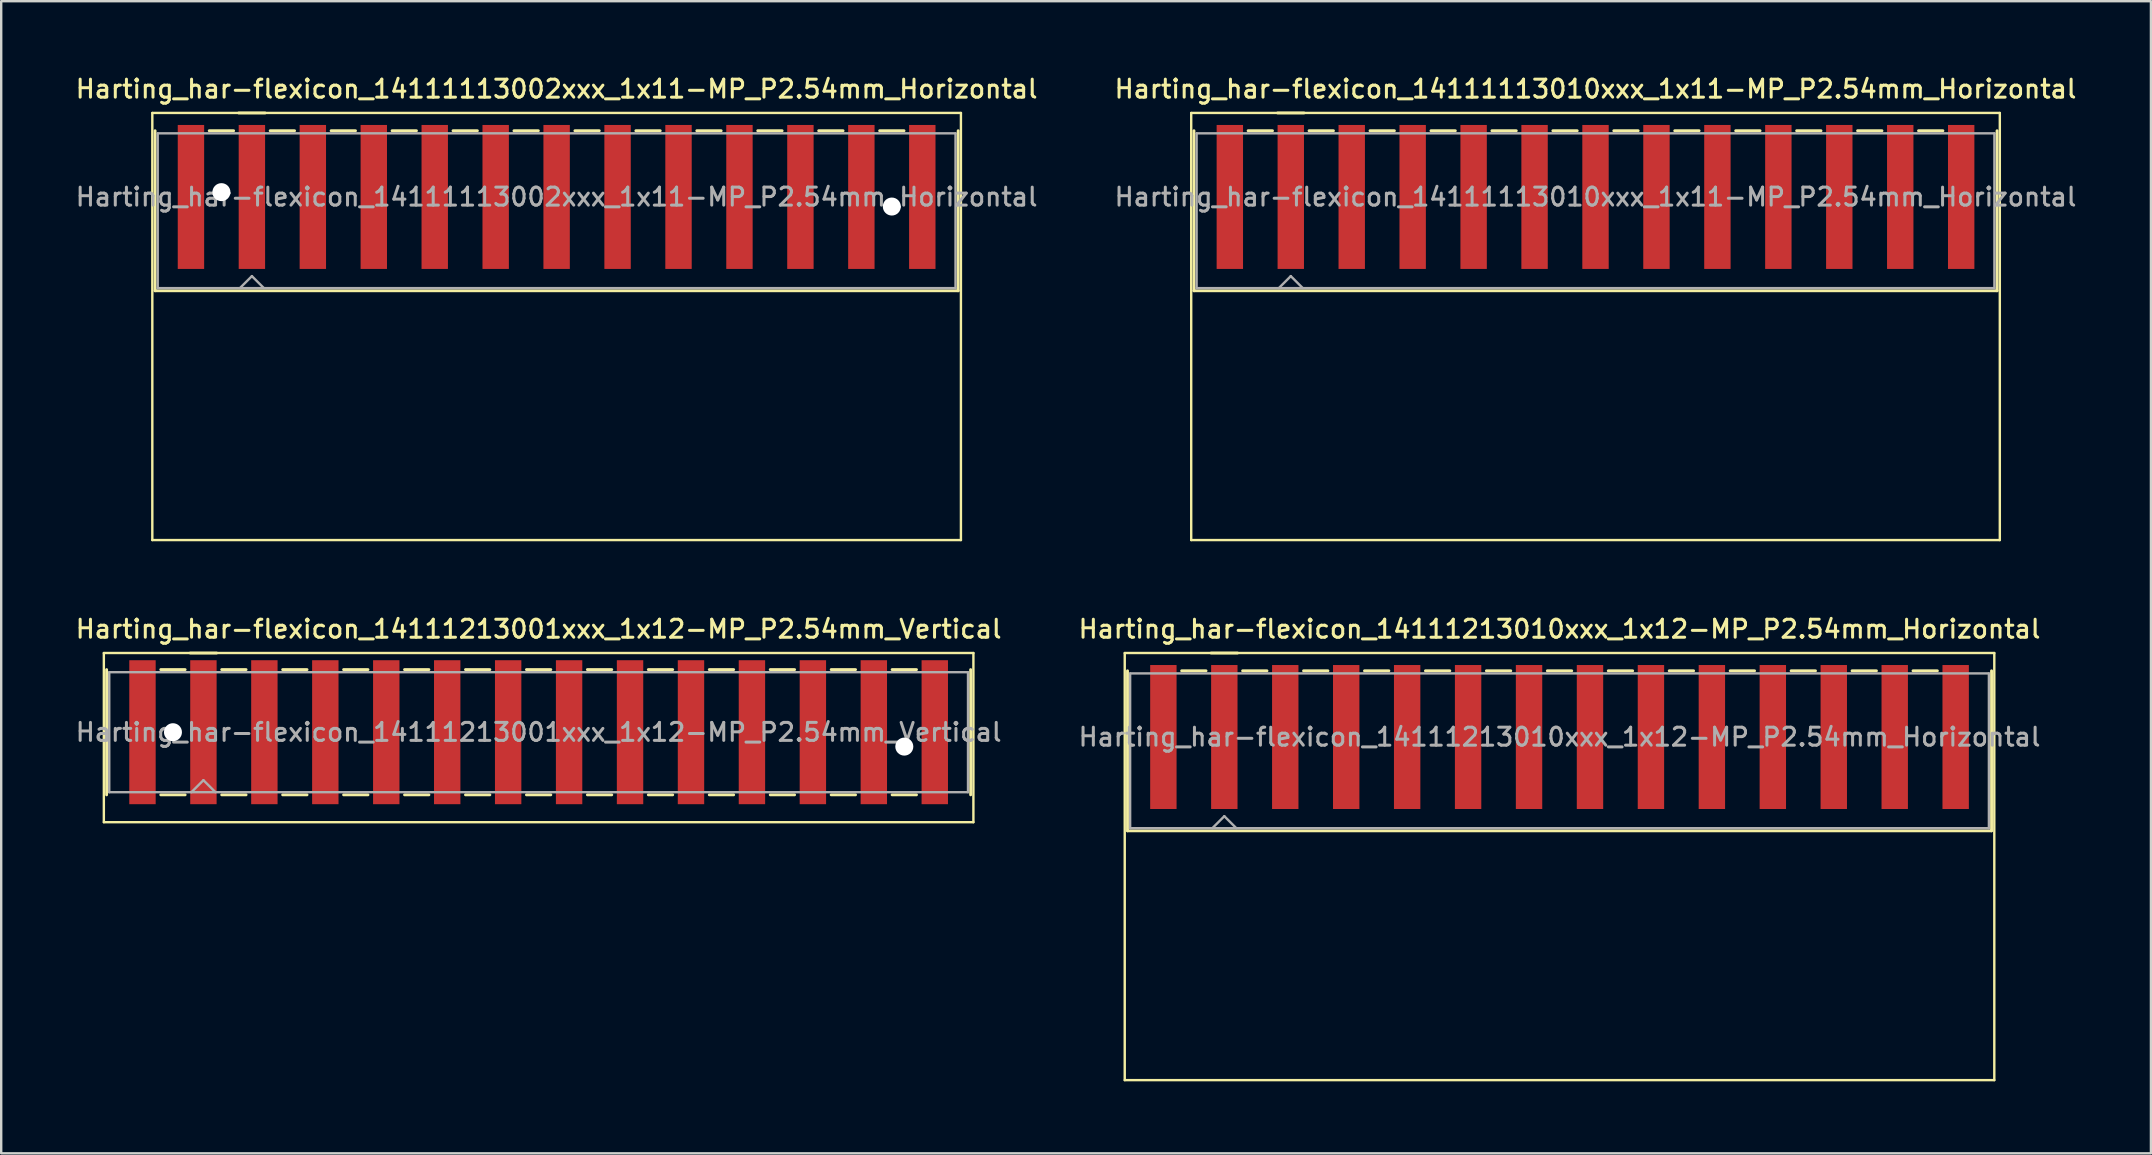
<source format=kicad_pcb>
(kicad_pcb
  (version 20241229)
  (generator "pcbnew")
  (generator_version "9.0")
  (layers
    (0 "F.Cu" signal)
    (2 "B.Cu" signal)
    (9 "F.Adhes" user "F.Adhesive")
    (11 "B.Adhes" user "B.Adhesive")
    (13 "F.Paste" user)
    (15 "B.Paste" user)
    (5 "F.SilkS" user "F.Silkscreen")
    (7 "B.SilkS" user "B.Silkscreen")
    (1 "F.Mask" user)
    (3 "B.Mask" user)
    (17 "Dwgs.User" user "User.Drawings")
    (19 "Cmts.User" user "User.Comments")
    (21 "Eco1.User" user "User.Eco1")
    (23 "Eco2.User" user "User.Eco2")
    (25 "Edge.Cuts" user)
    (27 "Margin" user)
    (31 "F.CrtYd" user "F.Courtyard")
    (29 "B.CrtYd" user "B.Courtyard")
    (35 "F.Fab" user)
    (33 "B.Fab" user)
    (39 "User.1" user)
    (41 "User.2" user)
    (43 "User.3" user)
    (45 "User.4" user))
  (footprint "Harting_har-flexicon_14111213001xxx_1x12-MP_P2.54mm_Vertical"
    (layer "F.Cu")
    (at 19.398 27.466)
    (property "Reference" "Harting_har-flexicon_14111213001xxx_1x12-MP_P2.54mm_Vertical" (at 0 -4.3 0) (layer "F.SilkS") (effects (font (size 0.75 0.75) (thickness 0.125))))
    (attr smd)
    (fp_line (start -18.12 -3.3) (end -18.12 3.75) (stroke (width 0.1) (type solid)) (layer "F.SilkS"))
    (fp_line (start -18.12 3.75) (end 18.12 3.75) (stroke (width 0.1) (type solid)) (layer "F.SilkS"))
    (fp_line (start -18.005 -2.61) (end -18.005 2.61) (stroke (width 0.12) (type solid)) (layer "F.SilkS"))
    (fp_line (start -15.748 -2.61) (end -14.732 -2.61) (stroke (width 0.12) (type solid)) (layer "F.SilkS"))
    (fp_line (start -15.748 2.61) (end -14.732 2.61) (stroke (width 0.12) (type solid)) (layer "F.SilkS"))
    (fp_line (start -14.52 -3.3) (end -13.42 -3.3) (stroke (width 0.12) (type solid)) (layer "F.SilkS"))
    (fp_line (start -13.208 -2.61) (end -12.192 -2.61) (stroke (width 0.12) (type solid)) (layer "F.SilkS"))
    (fp_line (start -13.208 2.61) (end -12.192 2.61) (stroke (width 0.12) (type solid)) (layer "F.SilkS"))
    (fp_line (start -10.668 -2.61) (end -9.652 -2.61) (stroke (width 0.12) (type solid)) (layer "F.SilkS"))
    (fp_line (start -10.668 2.61) (end -9.652 2.61) (stroke (width 0.12) (type solid)) (layer "F.SilkS"))
    (fp_line (start -8.128 -2.61) (end -7.112 -2.61) (stroke (width 0.12) (type solid)) (layer "F.SilkS"))
    (fp_line (start -8.128 2.61) (end -7.112 2.61) (stroke (width 0.12) (type solid)) (layer "F.SilkS"))
    (fp_line (start -5.588 -2.61) (end -4.572 -2.61) (stroke (width 0.12) (type solid)) (layer "F.SilkS"))
    (fp_line (start -5.588 2.61) (end -4.572 2.61) (stroke (width 0.12) (type solid)) (layer "F.SilkS"))
    (fp_line (start -3.048 -2.61) (end -2.032 -2.61) (stroke (width 0.12) (type solid)) (layer "F.SilkS"))
    (fp_line (start -3.048 2.61) (end -2.032 2.61) (stroke (width 0.12) (type solid)) (layer "F.SilkS"))
    (fp_line (start -0.508 -2.61) (end 0.508 -2.61) (stroke (width 0.12) (type solid)) (layer "F.SilkS"))
    (fp_line (start -0.508 2.61) (end 0.508 2.61) (stroke (width 0.12) (type solid)) (layer "F.SilkS"))
    (fp_line (start 2.032 -2.61) (end 3.048 -2.61) (stroke (width 0.12) (type solid)) (layer "F.SilkS"))
    (fp_line (start 2.032 2.61) (end 3.048 2.61) (stroke (width 0.12) (type solid)) (layer "F.SilkS"))
    (fp_line (start 4.572 -2.61) (end 5.588 -2.61) (stroke (width 0.12) (type solid)) (layer "F.SilkS"))
    (fp_line (start 4.572 2.61) (end 5.588 2.61) (stroke (width 0.12) (type solid)) (layer "F.SilkS"))
    (fp_line (start 7.112 -2.61) (end 8.128 -2.61) (stroke (width 0.12) (type solid)) (layer "F.SilkS"))
    (fp_line (start 7.112 2.61) (end 8.128 2.61) (stroke (width 0.12) (type solid)) (layer "F.SilkS"))
    (fp_line (start 9.652 -2.61) (end 10.668 -2.61) (stroke (width 0.12) (type solid)) (layer "F.SilkS"))
    (fp_line (start 9.652 2.61) (end 10.668 2.61) (stroke (width 0.12) (type solid)) (layer "F.SilkS"))
    (fp_line (start 12.192 -2.61) (end 13.208 -2.61) (stroke (width 0.12) (type solid)) (layer "F.SilkS"))
    (fp_line (start 12.192 2.61) (end 13.208 2.61) (stroke (width 0.12) (type solid)) (layer "F.SilkS"))
    (fp_line (start 14.732 -2.61) (end 15.748 -2.61) (stroke (width 0.12) (type solid)) (layer "F.SilkS"))
    (fp_line (start 14.732 2.61) (end 15.748 2.61) (stroke (width 0.12) (type solid)) (layer "F.SilkS"))
    (fp_line (start 18.005 -2.61) (end 18.005 2.61) (stroke (width 0.12) (type solid)) (layer "F.SilkS"))
    (fp_line (start 18.12 -3.3) (end -18.12 -3.3) (stroke (width 0.1) (type solid)) (layer "F.SilkS"))
    (fp_line (start 18.12 3.75) (end 18.12 -3.3) (stroke (width 0.1) (type solid)) (layer "F.SilkS"))
    (fp_line (start -17.895 -2.5) (end -17.895 2.5) (stroke (width 0.1) (type solid)) (layer "F.Fab"))
    (fp_line (start -17.895 2.5) (end 17.895 2.5) (stroke (width 0.1) (type solid)) (layer "F.Fab"))
    (fp_line (start -14.47 2.5) (end -13.97 2) (stroke (width 0.1) (type solid)) (layer "F.Fab"))
    (fp_line (start -13.97 2) (end -13.47 2.5) (stroke (width 0.1) (type solid)) (layer "F.Fab"))
    (fp_line (start 17.895 -2.5) (end -17.895 -2.5) (stroke (width 0.1) (type solid)) (layer "F.Fab"))
    (fp_line (start 17.895 2.5) (end 17.895 -2.5) (stroke (width 0.1) (type solid)) (layer "F.Fab"))
    (fp_text user "${REFERENCE}" (at 0 0 0) (layer "F.Fab") (effects (font (size 0.75 0.75) (thickness 0.125))))
    (pad "" np_thru_hole circle (at -15.24 0) (size 0.75 0.75) (drill 1) (layers "*.Cu" "*.Mask"))
    (pad "" np_thru_hole circle (at 15.24 0.6) (size 0.75 0.75) (drill 1) (layers "*.Cu" "*.Mask"))
    (pad "1" smd rect (at -13.97 0) (size 1.1 6) (layers "F.Cu" "F.Mask" "F.Paste"))
    (pad "2" smd rect (at -11.43 0) (size 1.1 6) (layers "F.Cu" "F.Mask" "F.Paste"))
    (pad "3" smd rect (at -8.89 0) (size 1.1 6) (layers "F.Cu" "F.Mask" "F.Paste"))
    (pad "4" smd rect (at -6.35 0) (size 1.1 6) (layers "F.Cu" "F.Mask" "F.Paste"))
    (pad "5" smd rect (at -3.81 0) (size 1.1 6) (layers "F.Cu" "F.Mask" "F.Paste"))
    (pad "6" smd rect (at -1.27 0) (size 1.1 6) (layers "F.Cu" "F.Mask" "F.Paste"))
    (pad "7" smd rect (at 1.27 0) (size 1.1 6) (layers "F.Cu" "F.Mask" "F.Paste"))
    (pad "8" smd rect (at 3.81 0) (size 1.1 6) (layers "F.Cu" "F.Mask" "F.Paste"))
    (pad "9" smd rect (at 6.35 0) (size 1.1 6) (layers "F.Cu" "F.Mask" "F.Paste"))
    (pad "10" smd rect (at 8.89 0) (size 1.1 6) (layers "F.Cu" "F.Mask" "F.Paste"))
    (pad "11" smd rect (at 11.43 0) (size 1.1 6) (layers "F.Cu" "F.Mask" "F.Paste"))
    (pad "12" smd rect (at 13.97 0) (size 1.1 6) (layers "F.Cu" "F.Mask" "F.Paste"))
    (pad "MP" smd rect (at -16.51 0) (size 1.1 6) (layers "F.Cu" "F.Mask" "F.Paste"))
    (pad "MP" smd rect (at 16.51 0) (size 1.1 6) (layers "F.Cu" "F.Mask" "F.Paste")))
  (footprint "Harting_har-flexicon_14111113010xxx_1x11-MP_P2.54mm_Horizontal"
    (layer "F.Cu")
    (at 63.445 6.458)
    (property "Reference" "Harting_har-flexicon_14111113010xxx_1x11-MP_P2.54mm_Horizontal" (at 0 -5.8 0) (layer "F.SilkS") (effects (font (size 0.75 0.75) (thickness 0.125))))
    (attr smd)
    (fp_line (start -16.85 -4.8) (end -16.85 13) (stroke (width 0.1) (type solid)) (layer "F.SilkS"))
    (fp_line (start -16.85 13) (end 16.85 13) (stroke (width 0.1) (type solid)) (layer "F.SilkS"))
    (fp_line (start -16.735 -4.06) (end -16.735 2.61) (stroke (width 0.12) (type solid)) (layer "F.SilkS"))
    (fp_line (start -14.478 -4.06) (end -13.462 -4.06) (stroke (width 0.12) (type solid)) (layer "F.SilkS"))
    (fp_line (start -13.25 -4.8) (end -12.15 -4.8) (stroke (width 0.12) (type solid)) (layer "F.SilkS"))
    (fp_line (start -11.938 -4.06) (end -10.922 -4.06) (stroke (width 0.12) (type solid)) (layer "F.SilkS"))
    (fp_line (start -9.398 -4.06) (end -8.382 -4.06) (stroke (width 0.12) (type solid)) (layer "F.SilkS"))
    (fp_line (start -6.858 -4.06) (end -5.842 -4.06) (stroke (width 0.12) (type solid)) (layer "F.SilkS"))
    (fp_line (start -4.318 -4.06) (end -3.302 -4.06) (stroke (width 0.12) (type solid)) (layer "F.SilkS"))
    (fp_line (start -1.778 -4.06) (end -0.762 -4.06) (stroke (width 0.12) (type solid)) (layer "F.SilkS"))
    (fp_line (start 0.762 -4.06) (end 1.778 -4.06) (stroke (width 0.12) (type solid)) (layer "F.SilkS"))
    (fp_line (start 3.302 -4.06) (end 4.318 -4.06) (stroke (width 0.12) (type solid)) (layer "F.SilkS"))
    (fp_line (start 5.842 -4.06) (end 6.858 -4.06) (stroke (width 0.12) (type solid)) (layer "F.SilkS"))
    (fp_line (start 8.382 -4.06) (end 9.398 -4.06) (stroke (width 0.12) (type solid)) (layer "F.SilkS"))
    (fp_line (start 10.922 -4.06) (end 11.938 -4.06) (stroke (width 0.12) (type solid)) (layer "F.SilkS"))
    (fp_line (start 13.462 -4.06) (end 14.478 -4.06) (stroke (width 0.12) (type solid)) (layer "F.SilkS"))
    (fp_line (start 16.735 -4.06) (end 16.735 2.61) (stroke (width 0.12) (type solid)) (layer "F.SilkS"))
    (fp_line (start 16.735 2.61) (end -16.735 2.61) (stroke (width 0.12) (type solid)) (layer "F.SilkS"))
    (fp_line (start 16.85 -4.8) (end -16.85 -4.8) (stroke (width 0.1) (type solid)) (layer "F.SilkS"))
    (fp_line (start 16.85 13) (end 16.85 -4.8) (stroke (width 0.1) (type solid)) (layer "F.SilkS"))
    (fp_line (start -16.625 -3.95) (end -16.625 2.5) (stroke (width 0.1) (type solid)) (layer "F.Fab"))
    (fp_line (start -16.625 2.5) (end 16.625 2.5) (stroke (width 0.1) (type solid)) (layer "F.Fab"))
    (fp_line (start -13.2 2.5) (end -12.7 2) (stroke (width 0.1) (type solid)) (layer "F.Fab"))
    (fp_line (start -12.7 2) (end -12.2 2.5) (stroke (width 0.1) (type solid)) (layer "F.Fab"))
    (fp_line (start 16.625 -3.95) (end -16.625 -3.95) (stroke (width 0.1) (type solid)) (layer "F.Fab"))
    (fp_line (start 16.625 2.5) (end 16.625 -3.95) (stroke (width 0.1) (type solid)) (layer "F.Fab"))
    (fp_text user "${REFERENCE}" (at 0 -1.3 0) (layer "F.Fab") (effects (font (size 0.75 0.75) (thickness 0.125))))
    (pad "1" smd rect (at -12.7 -1.3) (size 1.1 6) (layers "F.Cu" "F.Mask" "F.Paste"))
    (pad "2" smd rect (at -10.16 -1.3) (size 1.1 6) (layers "F.Cu" "F.Mask" "F.Paste"))
    (pad "3" smd rect (at -7.62 -1.3) (size 1.1 6) (layers "F.Cu" "F.Mask" "F.Paste"))
    (pad "4" smd rect (at -5.08 -1.3) (size 1.1 6) (layers "F.Cu" "F.Mask" "F.Paste"))
    (pad "5" smd rect (at -2.54 -1.3) (size 1.1 6) (layers "F.Cu" "F.Mask" "F.Paste"))
    (pad "6" smd rect (at 0 -1.3) (size 1.1 6) (layers "F.Cu" "F.Mask" "F.Paste"))
    (pad "7" smd rect (at 2.54 -1.3) (size 1.1 6) (layers "F.Cu" "F.Mask" "F.Paste"))
    (pad "8" smd rect (at 5.08 -1.3) (size 1.1 6) (layers "F.Cu" "F.Mask" "F.Paste"))
    (pad "9" smd rect (at 7.62 -1.3) (size 1.1 6) (layers "F.Cu" "F.Mask" "F.Paste"))
    (pad "10" smd rect (at 10.16 -1.3) (size 1.1 6) (layers "F.Cu" "F.Mask" "F.Paste"))
    (pad "11" smd rect (at 12.7 -1.3) (size 1.1 6) (layers "F.Cu" "F.Mask" "F.Paste"))
    (pad "MP" smd rect (at -15.24 -1.3) (size 1.1 6) (layers "F.Cu" "F.Mask" "F.Paste"))
    (pad "MP" smd rect (at 15.24 -1.3) (size 1.1 6) (layers "F.Cu" "F.Mask" "F.Paste")))
  (footprint "Harting_har-flexicon_14111113002xxx_1x11-MP_P2.54mm_Horizontal"
    (layer "F.Cu")
    (at 20.148 6.458)
    (property "Reference" "Harting_har-flexicon_14111113002xxx_1x11-MP_P2.54mm_Horizontal" (at 0 -5.8 0) (layer "F.SilkS") (effects (font (size 0.75 0.75) (thickness 0.125))))
    (attr smd)
    (fp_line (start -16.85 -4.8) (end -16.85 13) (stroke (width 0.1) (type solid)) (layer "F.SilkS"))
    (fp_line (start -16.85 13) (end 16.85 13) (stroke (width 0.1) (type solid)) (layer "F.SilkS"))
    (fp_line (start -16.735 -4.06) (end -16.735 2.61) (stroke (width 0.12) (type solid)) (layer "F.SilkS"))
    (fp_line (start -14.478 -4.06) (end -13.462 -4.06) (stroke (width 0.12) (type solid)) (layer "F.SilkS"))
    (fp_line (start -13.25 -4.8) (end -12.15 -4.8) (stroke (width 0.12) (type solid)) (layer "F.SilkS"))
    (fp_line (start -11.938 -4.06) (end -10.922 -4.06) (stroke (width 0.12) (type solid)) (layer "F.SilkS"))
    (fp_line (start -9.398 -4.06) (end -8.382 -4.06) (stroke (width 0.12) (type solid)) (layer "F.SilkS"))
    (fp_line (start -6.858 -4.06) (end -5.842 -4.06) (stroke (width 0.12) (type solid)) (layer "F.SilkS"))
    (fp_line (start -4.318 -4.06) (end -3.302 -4.06) (stroke (width 0.12) (type solid)) (layer "F.SilkS"))
    (fp_line (start -1.778 -4.06) (end -0.762 -4.06) (stroke (width 0.12) (type solid)) (layer "F.SilkS"))
    (fp_line (start 0.762 -4.06) (end 1.778 -4.06) (stroke (width 0.12) (type solid)) (layer "F.SilkS"))
    (fp_line (start 3.302 -4.06) (end 4.318 -4.06) (stroke (width 0.12) (type solid)) (layer "F.SilkS"))
    (fp_line (start 5.842 -4.06) (end 6.858 -4.06) (stroke (width 0.12) (type solid)) (layer "F.SilkS"))
    (fp_line (start 8.382 -4.06) (end 9.398 -4.06) (stroke (width 0.12) (type solid)) (layer "F.SilkS"))
    (fp_line (start 10.922 -4.06) (end 11.938 -4.06) (stroke (width 0.12) (type solid)) (layer "F.SilkS"))
    (fp_line (start 13.462 -4.06) (end 14.478 -4.06) (stroke (width 0.12) (type solid)) (layer "F.SilkS"))
    (fp_line (start 16.735 -4.06) (end 16.735 2.61) (stroke (width 0.12) (type solid)) (layer "F.SilkS"))
    (fp_line (start 16.735 2.61) (end -16.735 2.61) (stroke (width 0.12) (type solid)) (layer "F.SilkS"))
    (fp_line (start 16.85 -4.8) (end -16.85 -4.8) (stroke (width 0.1) (type solid)) (layer "F.SilkS"))
    (fp_line (start 16.85 13) (end 16.85 -4.8) (stroke (width 0.1) (type solid)) (layer "F.SilkS"))
    (fp_line (start -16.625 -3.95) (end -16.625 2.5) (stroke (width 0.1) (type solid)) (layer "F.Fab"))
    (fp_line (start -16.625 2.5) (end 16.625 2.5) (stroke (width 0.1) (type solid)) (layer "F.Fab"))
    (fp_line (start -13.2 2.5) (end -12.7 2) (stroke (width 0.1) (type solid)) (layer "F.Fab"))
    (fp_line (start -12.7 2) (end -12.2 2.5) (stroke (width 0.1) (type solid)) (layer "F.Fab"))
    (fp_line (start 16.625 -3.95) (end -16.625 -3.95) (stroke (width 0.1) (type solid)) (layer "F.Fab"))
    (fp_line (start 16.625 2.5) (end 16.625 -3.95) (stroke (width 0.1) (type solid)) (layer "F.Fab"))
    (fp_text user "${REFERENCE}" (at 0 -1.3 0) (layer "F.Fab") (effects (font (size 0.75 0.75) (thickness 0.125))))
    (pad "" np_thru_hole circle (at -13.97 -1.5) (size 0.75 0.75) (drill 1) (layers "*.Cu" "*.Mask"))
    (pad "" np_thru_hole circle (at 13.97 -0.9) (size 0.75 0.75) (drill 1) (layers "*.Cu" "*.Mask"))
    (pad "1" smd rect (at -12.7 -1.3) (size 1.1 6) (layers "F.Cu" "F.Mask" "F.Paste"))
    (pad "2" smd rect (at -10.16 -1.3) (size 1.1 6) (layers "F.Cu" "F.Mask" "F.Paste"))
    (pad "3" smd rect (at -7.62 -1.3) (size 1.1 6) (layers "F.Cu" "F.Mask" "F.Paste"))
    (pad "4" smd rect (at -5.08 -1.3) (size 1.1 6) (layers "F.Cu" "F.Mask" "F.Paste"))
    (pad "5" smd rect (at -2.54 -1.3) (size 1.1 6) (layers "F.Cu" "F.Mask" "F.Paste"))
    (pad "6" smd rect (at 0 -1.3) (size 1.1 6) (layers "F.Cu" "F.Mask" "F.Paste"))
    (pad "7" smd rect (at 2.54 -1.3) (size 1.1 6) (layers "F.Cu" "F.Mask" "F.Paste"))
    (pad "8" smd rect (at 5.08 -1.3) (size 1.1 6) (layers "F.Cu" "F.Mask" "F.Paste"))
    (pad "9" smd rect (at 7.62 -1.3) (size 1.1 6) (layers "F.Cu" "F.Mask" "F.Paste"))
    (pad "10" smd rect (at 10.16 -1.3) (size 1.1 6) (layers "F.Cu" "F.Mask" "F.Paste"))
    (pad "11" smd rect (at 12.7 -1.3) (size 1.1 6) (layers "F.Cu" "F.Mask" "F.Paste"))
    (pad "MP" smd rect (at -15.24 -1.3) (size 1.1 6) (layers "F.Cu" "F.Mask" "F.Paste"))
    (pad "MP" smd rect (at 15.24 -1.3) (size 1.1 6) (layers "F.Cu" "F.Mask" "F.Paste")))
  (footprint "Harting_har-flexicon_14111213010xxx_1x12-MP_P2.54mm_Horizontal"
    (layer "F.Cu")
    (at 61.945 28.966)
    (property "Reference" "Harting_har-flexicon_14111213010xxx_1x12-MP_P2.54mm_Horizontal" (at 0 -5.8 0) (layer "F.SilkS") (effects (font (size 0.75 0.75) (thickness 0.125))))
    (attr smd)
    (fp_line (start -18.12 -4.8) (end -18.12 13) (stroke (width 0.1) (type solid)) (layer "F.SilkS"))
    (fp_line (start -18.12 13) (end 18.12 13) (stroke (width 0.1) (type solid)) (layer "F.SilkS"))
    (fp_line (start -18.005 -4.06) (end -18.005 2.61) (stroke (width 0.12) (type solid)) (layer "F.SilkS"))
    (fp_line (start -15.748 -4.06) (end -14.732 -4.06) (stroke (width 0.12) (type solid)) (layer "F.SilkS"))
    (fp_line (start -14.52 -4.8) (end -13.42 -4.8) (stroke (width 0.12) (type solid)) (layer "F.SilkS"))
    (fp_line (start -13.208 -4.06) (end -12.192 -4.06) (stroke (width 0.12) (type solid)) (layer "F.SilkS"))
    (fp_line (start -10.668 -4.06) (end -9.652 -4.06) (stroke (width 0.12) (type solid)) (layer "F.SilkS"))
    (fp_line (start -8.128 -4.06) (end -7.112 -4.06) (stroke (width 0.12) (type solid)) (layer "F.SilkS"))
    (fp_line (start -5.588 -4.06) (end -4.572 -4.06) (stroke (width 0.12) (type solid)) (layer "F.SilkS"))
    (fp_line (start -3.048 -4.06) (end -2.032 -4.06) (stroke (width 0.12) (type solid)) (layer "F.SilkS"))
    (fp_line (start -0.508 -4.06) (end 0.508 -4.06) (stroke (width 0.12) (type solid)) (layer "F.SilkS"))
    (fp_line (start 2.032 -4.06) (end 3.048 -4.06) (stroke (width 0.12) (type solid)) (layer "F.SilkS"))
    (fp_line (start 4.572 -4.06) (end 5.588 -4.06) (stroke (width 0.12) (type solid)) (layer "F.SilkS"))
    (fp_line (start 7.112 -4.06) (end 8.128 -4.06) (stroke (width 0.12) (type solid)) (layer "F.SilkS"))
    (fp_line (start 9.652 -4.06) (end 10.668 -4.06) (stroke (width 0.12) (type solid)) (layer "F.SilkS"))
    (fp_line (start 12.192 -4.06) (end 13.208 -4.06) (stroke (width 0.12) (type solid)) (layer "F.SilkS"))
    (fp_line (start 14.732 -4.06) (end 15.748 -4.06) (stroke (width 0.12) (type solid)) (layer "F.SilkS"))
    (fp_line (start 18.005 -4.06) (end 18.005 2.61) (stroke (width 0.12) (type solid)) (layer "F.SilkS"))
    (fp_line (start 18.005 2.61) (end -18.005 2.61) (stroke (width 0.12) (type solid)) (layer "F.SilkS"))
    (fp_line (start 18.12 -4.8) (end -18.12 -4.8) (stroke (width 0.1) (type solid)) (layer "F.SilkS"))
    (fp_line (start 18.12 13) (end 18.12 -4.8) (stroke (width 0.1) (type solid)) (layer "F.SilkS"))
    (fp_line (start -17.895 -3.95) (end -17.895 2.5) (stroke (width 0.1) (type solid)) (layer "F.Fab"))
    (fp_line (start -17.895 2.5) (end 17.895 2.5) (stroke (width 0.1) (type solid)) (layer "F.Fab"))
    (fp_line (start -14.47 2.5) (end -13.97 2) (stroke (width 0.1) (type solid)) (layer "F.Fab"))
    (fp_line (start -13.97 2) (end -13.47 2.5) (stroke (width 0.1) (type solid)) (layer "F.Fab"))
    (fp_line (start 17.895 -3.95) (end -17.895 -3.95) (stroke (width 0.1) (type solid)) (layer "F.Fab"))
    (fp_line (start 17.895 2.5) (end 17.895 -3.95) (stroke (width 0.1) (type solid)) (layer "F.Fab"))
    (fp_text user "${REFERENCE}" (at 0 -1.3 0) (layer "F.Fab") (effects (font (size 0.75 0.75) (thickness 0.125))))
    (pad "1" smd rect (at -13.97 -1.3) (size 1.1 6) (layers "F.Cu" "F.Mask" "F.Paste"))
    (pad "2" smd rect (at -11.43 -1.3) (size 1.1 6) (layers "F.Cu" "F.Mask" "F.Paste"))
    (pad "3" smd rect (at -8.89 -1.3) (size 1.1 6) (layers "F.Cu" "F.Mask" "F.Paste"))
    (pad "4" smd rect (at -6.35 -1.3) (size 1.1 6) (layers "F.Cu" "F.Mask" "F.Paste"))
    (pad "5" smd rect (at -3.81 -1.3) (size 1.1 6) (layers "F.Cu" "F.Mask" "F.Paste"))
    (pad "6" smd rect (at -1.27 -1.3) (size 1.1 6) (layers "F.Cu" "F.Mask" "F.Paste"))
    (pad "7" smd rect (at 1.27 -1.3) (size 1.1 6) (layers "F.Cu" "F.Mask" "F.Paste"))
    (pad "8" smd rect (at 3.81 -1.3) (size 1.1 6) (layers "F.Cu" "F.Mask" "F.Paste"))
    (pad "9" smd rect (at 6.35 -1.3) (size 1.1 6) (layers "F.Cu" "F.Mask" "F.Paste"))
    (pad "10" smd rect (at 8.89 -1.3) (size 1.1 6) (layers "F.Cu" "F.Mask" "F.Paste"))
    (pad "11" smd rect (at 11.43 -1.3) (size 1.1 6) (layers "F.Cu" "F.Mask" "F.Paste"))
    (pad "12" smd rect (at 13.97 -1.3) (size 1.1 6) (layers "F.Cu" "F.Mask" "F.Paste"))
    (pad "MP" smd rect (at -16.51 -1.3) (size 1.1 6) (layers "F.Cu" "F.Mask" "F.Paste"))
    (pad "MP" smd rect (at 16.51 -1.3) (size 1.1 6) (layers "F.Cu" "F.Mask" "F.Paste")))
  (gr_rect
    (start -3 -3)
    (end 86.593 45.016)
    (stroke (width 0.1) (type default))
    (fill no)
    (layer "Edge.Cuts")))
</source>
